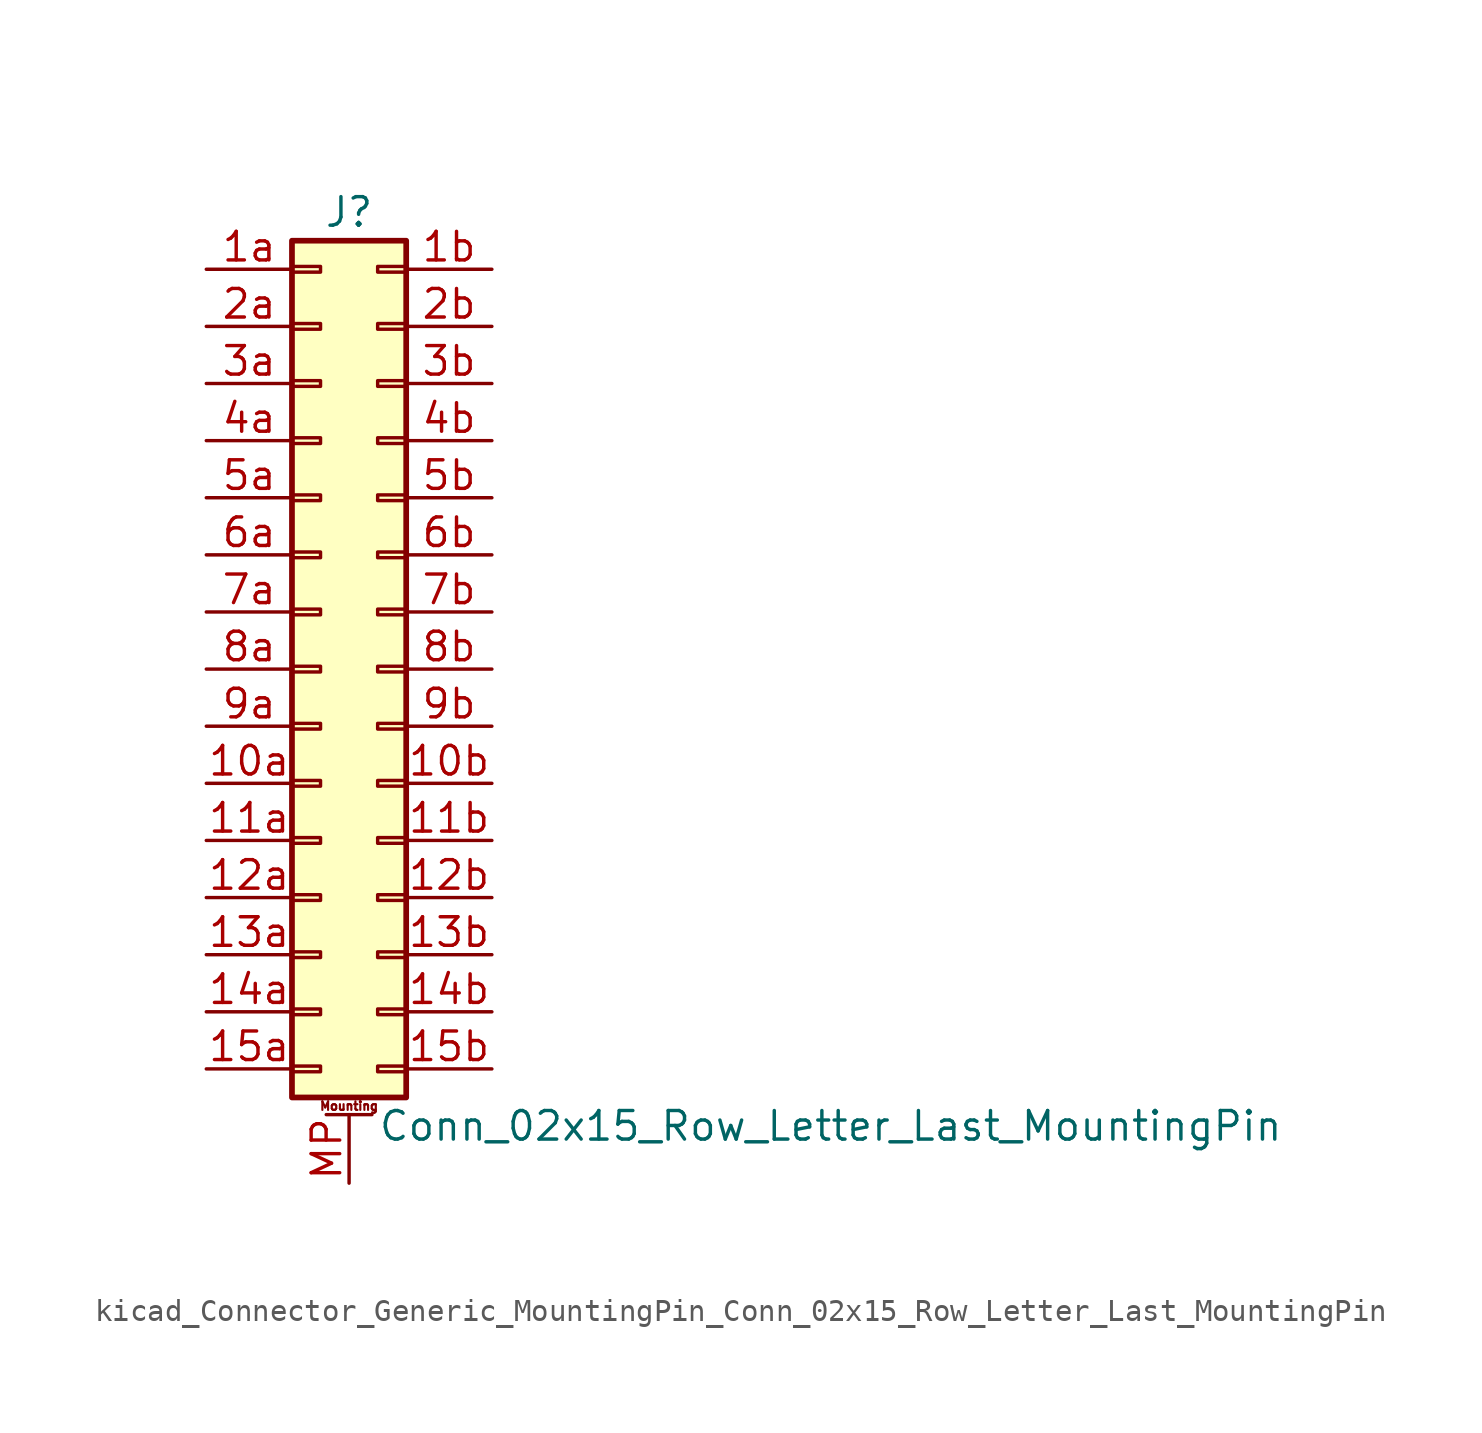
<source format=kicad_sym>
(kicad_symbol_lib
  (version 20220914)
  (generator kicad_symbol_editor)
  (symbol "kicad_Connector_Generic_MountingPin_Conn_02x15_Row_Letter_Last_MountingPin"
    (pin_names
      (offset 1.016) hide)
    (property "Reference" "J"
      (at 1.27 20.32 0)
      (effects (font (size 1.27 1.27))))
    (property "Value" "Conn_02x15_Row_Letter_Last_MountingPin"
      (at 2.54 -20.32 0)
      (effects (font (size 1.27 1.27)) (justify left)))
    (symbol "kicad_Connector_Generic_MountingPin_Conn_02x15_Row_Letter_Last_MountingPin_1_1"
      (rectangle (start -1.27 -17.653) (end 0 -17.907) (stroke (width 0.152) (type default)) (fill (type none)))
      (rectangle (start -1.27 -15.113) (end 0 -15.367) (stroke (width 0.152) (type default)) (fill (type none)))
      (rectangle (start -1.27 -12.573) (end 0 -12.827) (stroke (width 0.152) (type default)) (fill (type none)))
      (rectangle (start -1.27 -10.033) (end 0 -10.287) (stroke (width 0.152) (type default)) (fill (type none)))
      (rectangle (start -1.27 -7.493) (end 0 -7.747) (stroke (width 0.152) (type default)) (fill (type none)))
      (rectangle (start -1.27 -4.953) (end 0 -5.207) (stroke (width 0.152) (type default)) (fill (type none)))
      (rectangle (start -1.27 -2.413) (end 0 -2.667) (stroke (width 0.152) (type default)) (fill (type none)))
      (rectangle (start -1.27 0.127) (end 0 -0.127) (stroke (width 0.152) (type default)) (fill (type none)))
      (rectangle (start -1.27 2.667) (end 0 2.413) (stroke (width 0.152) (type default)) (fill (type none)))
      (rectangle (start -1.27 5.207) (end 0 4.953) (stroke (width 0.152) (type default)) (fill (type none)))
      (rectangle (start -1.27 7.747) (end 0 7.493) (stroke (width 0.152) (type default)) (fill (type none)))
      (rectangle (start -1.27 10.287) (end 0 10.033) (stroke (width 0.152) (type default)) (fill (type none)))
      (rectangle (start -1.27 12.827) (end 0 12.573) (stroke (width 0.152) (type default)) (fill (type none)))
      (rectangle (start -1.27 15.367) (end 0 15.113) (stroke (width 0.152) (type default)) (fill (type none)))
      (rectangle (start -1.27 17.907) (end 0 17.653) (stroke (width 0.152) (type default)) (fill (type none)))
      (rectangle (start -1.27 19.05) (end 3.81 -19.05) (stroke (width 0.254) (type default)) (fill (type background)))
      (polyline (pts (xy 0.254 -19.812) (xy 2.286 -19.812)) (stroke (width 0.152) (type default)) (fill (type none)))
      (rectangle (start 3.81 -17.653) (end 2.54 -17.907) (stroke (width 0.152) (type default)) (fill (type none)))
      (rectangle (start 3.81 -15.113) (end 2.54 -15.367) (stroke (width 0.152) (type default)) (fill (type none)))
      (rectangle (start 3.81 -12.573) (end 2.54 -12.827) (stroke (width 0.152) (type default)) (fill (type none)))
      (rectangle (start 3.81 -10.033) (end 2.54 -10.287) (stroke (width 0.152) (type default)) (fill (type none)))
      (rectangle (start 3.81 -7.493) (end 2.54 -7.747) (stroke (width 0.152) (type default)) (fill (type none)))
      (rectangle (start 3.81 -4.953) (end 2.54 -5.207) (stroke (width 0.152) (type default)) (fill (type none)))
      (rectangle (start 3.81 -2.413) (end 2.54 -2.667) (stroke (width 0.152) (type default)) (fill (type none)))
      (rectangle (start 3.81 0.127) (end 2.54 -0.127) (stroke (width 0.152) (type default)) (fill (type none)))
      (rectangle (start 3.81 2.667) (end 2.54 2.413) (stroke (width 0.152) (type default)) (fill (type none)))
      (rectangle (start 3.81 5.207) (end 2.54 4.953) (stroke (width 0.152) (type default)) (fill (type none)))
      (rectangle (start 3.81 7.747) (end 2.54 7.493) (stroke (width 0.152) (type default)) (fill (type none)))
      (rectangle (start 3.81 10.287) (end 2.54 10.033) (stroke (width 0.152) (type default)) (fill (type none)))
      (rectangle (start 3.81 12.827) (end 2.54 12.573) (stroke (width 0.152) (type default)) (fill (type none)))
      (rectangle (start 3.81 15.367) (end 2.54 15.113) (stroke (width 0.152) (type default)) (fill (type none)))
      (rectangle (start 3.81 17.907) (end 2.54 17.653) (stroke (width 0.152) (type default)) (fill (type none)))
      (text "Mounting" (at 1.27 -19.431 0) (effects (font (size 0.381 0.381))))
      (pin passive line (at -5.08 -5.08 0) (length 3.81) (name "Pin_10a" (effects (font (size 1.27 1.27)))) (number "10a" (effects (font (size 1.27 1.27)))))
      (pin passive line (at 7.62 -5.08 180) (length 3.81) (name "Pin_10b" (effects (font (size 1.27 1.27)))) (number "10b" (effects (font (size 1.27 1.27)))))
      (pin passive line (at -5.08 -7.62 0) (length 3.81) (name "Pin_11a" (effects (font (size 1.27 1.27)))) (number "11a" (effects (font (size 1.27 1.27)))))
      (pin passive line (at 7.62 -7.62 180) (length 3.81) (name "Pin_11b" (effects (font (size 1.27 1.27)))) (number "11b" (effects (font (size 1.27 1.27)))))
      (pin passive line (at -5.08 -10.16 0) (length 3.81) (name "Pin_12a" (effects (font (size 1.27 1.27)))) (number "12a" (effects (font (size 1.27 1.27)))))
      (pin passive line (at 7.62 -10.16 180) (length 3.81) (name "Pin_12b" (effects (font (size 1.27 1.27)))) (number "12b" (effects (font (size 1.27 1.27)))))
      (pin passive line (at -5.08 -12.7 0) (length 3.81) (name "Pin_13a" (effects (font (size 1.27 1.27)))) (number "13a" (effects (font (size 1.27 1.27)))))
      (pin passive line (at 7.62 -12.7 180) (length 3.81) (name "Pin_13b" (effects (font (size 1.27 1.27)))) (number "13b" (effects (font (size 1.27 1.27)))))
      (pin passive line (at -5.08 -15.24 0) (length 3.81) (name "Pin_14a" (effects (font (size 1.27 1.27)))) (number "14a" (effects (font (size 1.27 1.27)))))
      (pin passive line (at 7.62 -15.24 180) (length 3.81) (name "Pin_14b" (effects (font (size 1.27 1.27)))) (number "14b" (effects (font (size 1.27 1.27)))))
      (pin passive line (at -5.08 -17.78 0) (length 3.81) (name "Pin_15a" (effects (font (size 1.27 1.27)))) (number "15a" (effects (font (size 1.27 1.27)))))
      (pin passive line (at 7.62 -17.78 180) (length 3.81) (name "Pin_15b" (effects (font (size 1.27 1.27)))) (number "15b" (effects (font (size 1.27 1.27)))))
      (pin passive line (at -5.08 17.78 0) (length 3.81) (name "Pin_1a" (effects (font (size 1.27 1.27)))) (number "1a" (effects (font (size 1.27 1.27)))))
      (pin passive line (at 7.62 17.78 180) (length 3.81) (name "Pin_1b" (effects (font (size 1.27 1.27)))) (number "1b" (effects (font (size 1.27 1.27)))))
      (pin passive line (at -5.08 15.24 0) (length 3.81) (name "Pin_2a" (effects (font (size 1.27 1.27)))) (number "2a" (effects (font (size 1.27 1.27)))))
      (pin passive line (at 7.62 15.24 180) (length 3.81) (name "Pin_2b" (effects (font (size 1.27 1.27)))) (number "2b" (effects (font (size 1.27 1.27)))))
      (pin passive line (at -5.08 12.7 0) (length 3.81) (name "Pin_3a" (effects (font (size 1.27 1.27)))) (number "3a" (effects (font (size 1.27 1.27)))))
      (pin passive line (at 7.62 12.7 180) (length 3.81) (name "Pin_3b" (effects (font (size 1.27 1.27)))) (number "3b" (effects (font (size 1.27 1.27)))))
      (pin passive line (at -5.08 10.16 0) (length 3.81) (name "Pin_4a" (effects (font (size 1.27 1.27)))) (number "4a" (effects (font (size 1.27 1.27)))))
      (pin passive line (at 7.62 10.16 180) (length 3.81) (name "Pin_4b" (effects (font (size 1.27 1.27)))) (number "4b" (effects (font (size 1.27 1.27)))))
      (pin passive line (at -5.08 7.62 0) (length 3.81) (name "Pin_5a" (effects (font (size 1.27 1.27)))) (number "5a" (effects (font (size 1.27 1.27)))))
      (pin passive line (at 7.62 7.62 180) (length 3.81) (name "Pin_5b" (effects (font (size 1.27 1.27)))) (number "5b" (effects (font (size 1.27 1.27)))))
      (pin passive line (at -5.08 5.08 0) (length 3.81) (name "Pin_6a" (effects (font (size 1.27 1.27)))) (number "6a" (effects (font (size 1.27 1.27)))))
      (pin passive line (at 7.62 5.08 180) (length 3.81) (name "Pin_6b" (effects (font (size 1.27 1.27)))) (number "6b" (effects (font (size 1.27 1.27)))))
      (pin passive line (at -5.08 2.54 0) (length 3.81) (name "Pin_7a" (effects (font (size 1.27 1.27)))) (number "7a" (effects (font (size 1.27 1.27)))))
      (pin passive line (at 7.62 2.54 180) (length 3.81) (name "Pin_7b" (effects (font (size 1.27 1.27)))) (number "7b" (effects (font (size 1.27 1.27)))))
      (pin passive line (at -5.08 0 0) (length 3.81) (name "Pin_8a" (effects (font (size 1.27 1.27)))) (number "8a" (effects (font (size 1.27 1.27)))))
      (pin passive line (at 7.62 0 180) (length 3.81) (name "Pin_8b" (effects (font (size 1.27 1.27)))) (number "8b" (effects (font (size 1.27 1.27)))))
      (pin passive line (at -5.08 -2.54 0) (length 3.81) (name "Pin_9a" (effects (font (size 1.27 1.27)))) (number "9a" (effects (font (size 1.27 1.27)))))
      (pin passive line (at 7.62 -2.54 180) (length 3.81) (name "Pin_9b" (effects (font (size 1.27 1.27)))) (number "9b" (effects (font (size 1.27 1.27)))))
      (pin passive line (at 1.27 -22.86 90) (length 3.048) (name "MountPin" (effects (font (size 1.27 1.27)))) (number "MP" (effects (font (size 1.27 1.27))))))))
</source>
